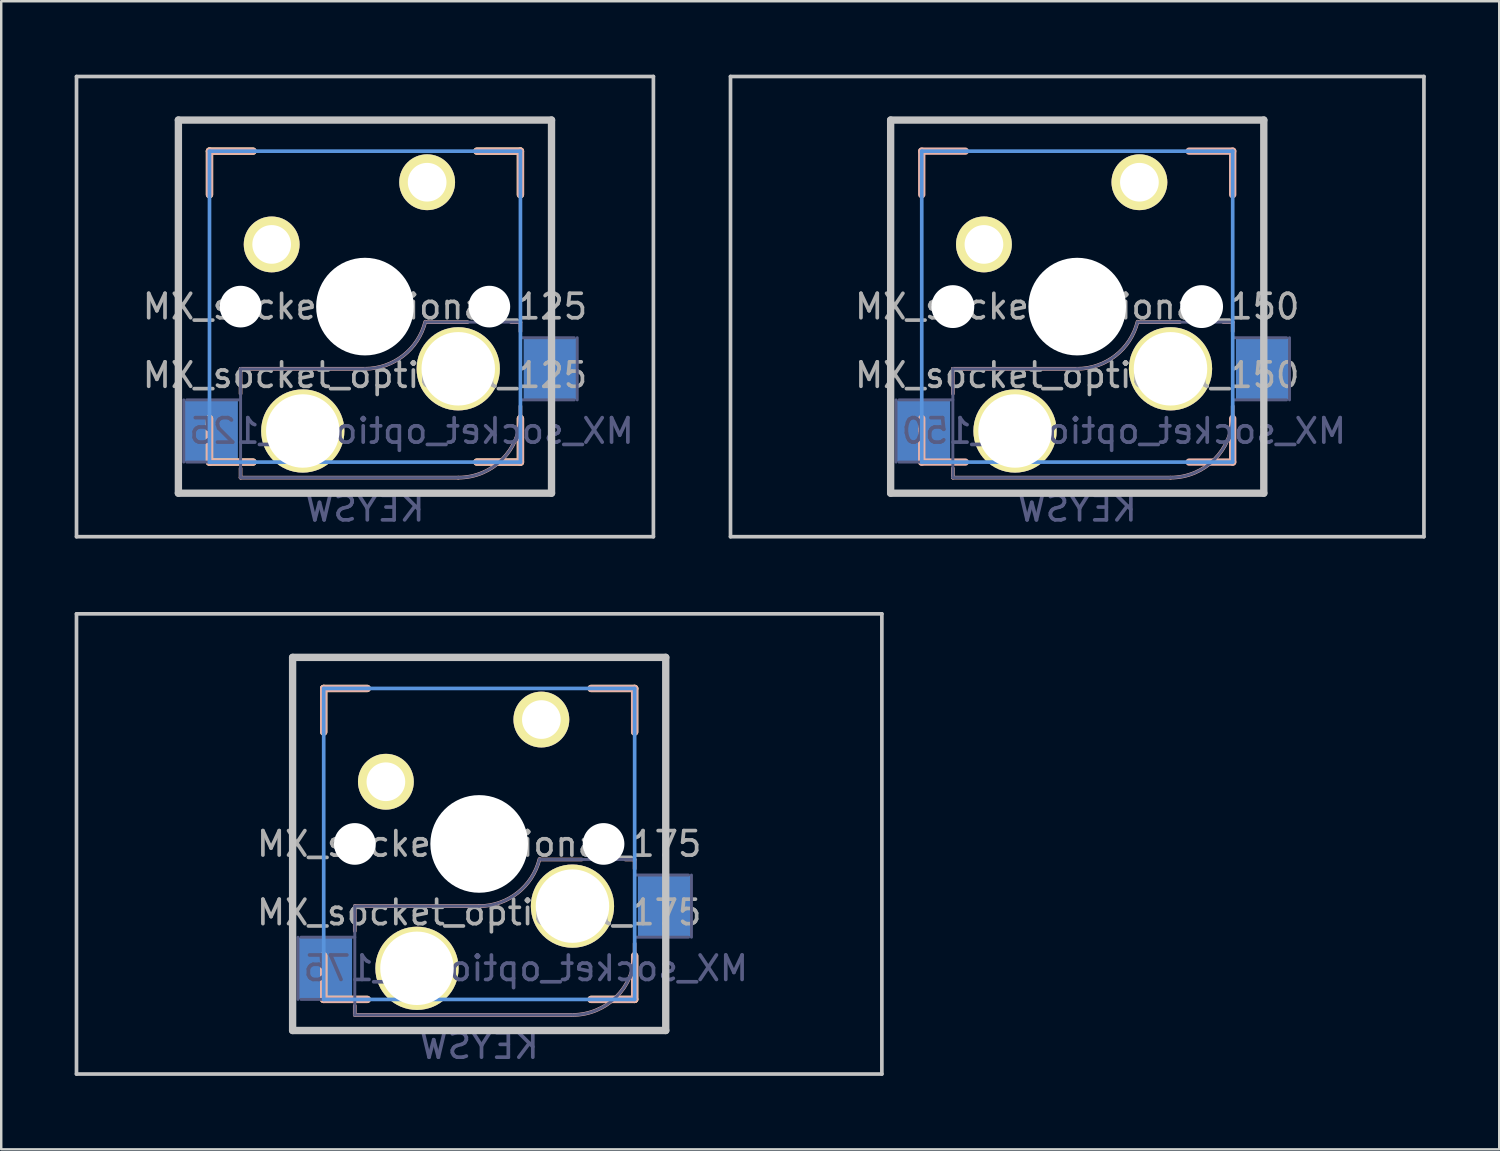
<source format=kicad_pcb>
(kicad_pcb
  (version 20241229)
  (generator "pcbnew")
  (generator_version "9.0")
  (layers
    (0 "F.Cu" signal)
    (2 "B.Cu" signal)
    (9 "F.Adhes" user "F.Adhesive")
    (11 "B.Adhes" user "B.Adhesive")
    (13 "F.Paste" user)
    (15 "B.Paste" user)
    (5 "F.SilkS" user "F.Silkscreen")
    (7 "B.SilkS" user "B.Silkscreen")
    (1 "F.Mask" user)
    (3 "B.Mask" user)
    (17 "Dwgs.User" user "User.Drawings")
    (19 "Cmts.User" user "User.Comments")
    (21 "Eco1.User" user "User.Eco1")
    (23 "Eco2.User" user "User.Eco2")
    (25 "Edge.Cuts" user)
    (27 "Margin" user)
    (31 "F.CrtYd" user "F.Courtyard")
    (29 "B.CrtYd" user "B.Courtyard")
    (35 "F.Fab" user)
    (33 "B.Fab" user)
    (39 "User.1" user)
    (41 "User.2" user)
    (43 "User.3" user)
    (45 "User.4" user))
  (footprint "MX_socket_optional_125"
    (layer "F.Cu")
    (at 11.856 9.473)
    (property "Reference" "MX_socket_optional_125" (at 0 2.8 0) (layer "F.Fab") (effects (font (size 1 1) (thickness 0.15))))
    (property "Value" "KEYSW" (at 0.6 -2.85 0) (layer "B.SilkS") (hide yes) (effects (font (size 1.2 1.2) (thickness 0.2)) (justify mirror)))
    (attr through_hole)
    (fp_line (start -6.35 -6.35) (end -4.572 -6.35) (stroke (width 0.3) (type solid)) (layer "F.SilkS"))
    (fp_line (start -6.35 -4.572) (end -6.35 -6.35) (stroke (width 0.3) (type solid)) (layer "F.SilkS"))
    (fp_line (start -6.35 6.35) (end -6.35 4.572) (stroke (width 0.3) (type solid)) (layer "F.SilkS"))
    (fp_line (start -4.572 6.35) (end -6.35 6.35) (stroke (width 0.3) (type solid)) (layer "F.SilkS"))
    (fp_line (start 4.572 -6.35) (end 6.35 -6.35) (stroke (width 0.3) (type solid)) (layer "F.SilkS"))
    (fp_line (start 6.35 -6.35) (end 6.35 -4.572) (stroke (width 0.3) (type solid)) (layer "F.SilkS"))
    (fp_line (start 6.35 4.572) (end 6.35 6.35) (stroke (width 0.3) (type solid)) (layer "F.SilkS"))
    (fp_line (start 6.35 6.35) (end 4.572 6.35) (stroke (width 0.3) (type solid)) (layer "F.SilkS"))
    (fp_line (start -6.35 -6.35) (end -4.572 -6.35) (stroke (width 0.3) (type solid)) (layer "B.SilkS"))
    (fp_line (start -6.35 -4.572) (end -6.35 -6.35) (stroke (width 0.3) (type solid)) (layer "B.SilkS"))
    (fp_line (start -6.35 6.35) (end -6.35 4.572) (stroke (width 0.3) (type solid)) (layer "B.SilkS"))
    (fp_line (start -5.08 2.54) (end -5.08 3.556) (stroke (width 0.15) (type solid)) (layer "B.SilkS"))
    (fp_line (start -5.08 6.604) (end -5.08 6.985) (stroke (width 0.15) (type solid)) (layer "B.SilkS"))
    (fp_line (start -5.08 6.985) (end 3.81 6.985) (stroke (width 0.15) (type solid)) (layer "B.SilkS"))
    (fp_line (start -4.572 6.35) (end -6.35 6.35) (stroke (width 0.3) (type solid)) (layer "B.SilkS"))
    (fp_line (start 0 2.54) (end -5.08 2.54) (stroke (width 0.15) (type solid)) (layer "B.SilkS"))
    (fp_line (start 4.191 0.635) (end 2.54 0.635) (stroke (width 0.15) (type solid)) (layer "B.SilkS"))
    (fp_line (start 4.572 -6.35) (end 6.35 -6.35) (stroke (width 0.3) (type solid)) (layer "B.SilkS"))
    (fp_line (start 6.35 -6.35) (end 6.35 -4.572) (stroke (width 0.3) (type solid)) (layer "B.SilkS"))
    (fp_line (start 6.35 0.635) (end 5.969 0.635) (stroke (width 0.15) (type solid)) (layer "B.SilkS"))
    (fp_line (start 6.35 1.016) (end 6.35 0.635) (stroke (width 0.15) (type solid)) (layer "B.SilkS"))
    (fp_line (start 6.35 4.445) (end 6.35 4.064) (stroke (width 0.15) (type solid)) (layer "B.SilkS"))
    (fp_line (start 6.35 4.572) (end 6.35 6.35) (stroke (width 0.3) (type solid)) (layer "B.SilkS"))
    (fp_line (start 6.35 6.35) (end 4.572 6.35) (stroke (width 0.3) (type solid)) (layer "B.SilkS"))
    (fp_arc (start 2.464162 0.61604) (mid 1.563147 2.002042) (end 0 2.54) (stroke (width 0.15) (type solid)) (layer "B.SilkS"))
    (fp_arc (start 6.35 4.445) (mid 5.606051 6.241051) (end 3.81 6.985) (stroke (width 0.15) (type solid)) (layer "B.SilkS"))
    (fp_line (start -11.781 -9.398) (end -11.781 9.398) (stroke (width 0.15) (type solid)) (layer "Dwgs.User"))
    (fp_line (start -11.781 -9.398) (end 11.781 -9.398) (stroke (width 0.15) (type solid)) (layer "Dwgs.User"))
    (fp_line (start -11.781 9.398) (end 11.781 9.398) (stroke (width 0.15) (type solid)) (layer "Dwgs.User"))
    (fp_line (start -7.62 -7.62) (end -7.62 7.62) (stroke (width 0.3) (type solid)) (layer "Dwgs.User"))
    (fp_line (start -7.62 -7.62) (end 7.62 -7.62) (stroke (width 0.3) (type solid)) (layer "Dwgs.User"))
    (fp_line (start -7.62 7.62) (end 7.62 7.62) (stroke (width 0.3) (type solid)) (layer "Dwgs.User"))
    (fp_line (start 7.62 -7.62) (end 7.62 7.62) (stroke (width 0.3) (type solid)) (layer "Dwgs.User"))
    (fp_line (start 11.781 -9.398) (end 11.781 9.398) (stroke (width 0.15) (type solid)) (layer "Dwgs.User"))
    (fp_line (start -6.35 6.35) (end -6.35 -6.35) (stroke (width 0.15) (type solid)) (layer "Cmts.User"))
    (fp_line (start -6.35 6.35) (end 6.35 6.35) (stroke (width 0.15) (type solid)) (layer "Cmts.User"))
    (fp_line (start 6.35 -6.35) (end -6.35 -6.35) (stroke (width 0.15) (type solid)) (layer "Cmts.User"))
    (fp_line (start 6.35 -6.35) (end 6.35 6.35) (stroke (width 0.15) (type solid)) (layer "Cmts.User"))
    (fp_line (start -6.985 -6.985) (end 6.985 -6.985) (stroke (width 0.15) (type solid)) (layer "Eco2.User"))
    (fp_line (start -6.985 6.985) (end -6.985 -6.985) (stroke (width 0.15) (type solid)) (layer "Eco2.User"))
    (fp_line (start 6.985 -6.985) (end 6.985 6.985) (stroke (width 0.15) (type solid)) (layer "Eco2.User"))
    (fp_line (start 6.985 6.985) (end -6.985 6.985) (stroke (width 0.15) (type solid)) (layer "Eco2.User"))
    (fp_line (start -7.4 3.81) (end -7.4 6.35) (stroke (width 0.12) (type solid)) (layer "B.Fab"))
    (fp_line (start -7.28 6.35) (end -5.08 6.35) (stroke (width 0.12) (type solid)) (layer "B.Fab"))
    (fp_line (start -5.08 2.54) (end -5.08 6.985) (stroke (width 0.12) (type solid)) (layer "B.Fab"))
    (fp_line (start -5.08 3.81) (end -7.28 3.81) (stroke (width 0.12) (type solid)) (layer "B.Fab"))
    (fp_line (start -5.08 6.985) (end 3.81 6.985) (stroke (width 0.12) (type solid)) (layer "B.Fab"))
    (fp_line (start 0 2.54) (end -5.08 2.54) (stroke (width 0.12) (type solid)) (layer "B.Fab"))
    (fp_line (start 6.35 0.635) (end 2.54 0.635) (stroke (width 0.12) (type solid)) (layer "B.Fab"))
    (fp_line (start 6.35 3.81) (end 8.55 3.81) (stroke (width 0.12) (type solid)) (layer "B.Fab"))
    (fp_line (start 6.35 4.445) (end 6.35 0.635) (stroke (width 0.12) (type solid)) (layer "B.Fab"))
    (fp_line (start 8.55 1.27) (end 6.35 1.27) (stroke (width 0.12) (type solid)) (layer "B.Fab"))
    (fp_line (start 8.67 3.81) (end 8.67 1.27) (stroke (width 0.12) (type solid)) (layer "B.Fab"))
    (fp_arc (start 2.464162 0.61604) (mid 1.563147 2.002042) (end 0 2.54) (stroke (width 0.12) (type solid)) (layer "B.Fab"))
    (fp_arc (start 6.35 4.445) (mid 5.606051 6.241051) (end 3.81 6.985) (stroke (width 0.12) (type solid)) (layer "B.Fab"))
    (fp_text user "${REFERENCE}" (at 1.905 5.08 0) (layer "B.Fab") (effects (font (size 1 1) (thickness 0.15)) (justify mirror)))
    (fp_text user "${VALUE}" (at 0 8.255 0) (layer "B.Fab") (effects (font (size 1 1) (thickness 0.15)) (justify mirror)))
    (fp_text user "${REFERENCE}" (at 0 0 0) (layer "F.Fab") (effects (font (size 1 1) (thickness 0.15))))
    (pad "" np_thru_hole circle (at -5.08 0) (size 1.702 1.702) (drill 1.702) (layers "*.Cu" "*.Mask"))
    (pad "" thru_hole circle (at -2.54 5.08) (size 3.4 3.4) (drill 3) (layers "*.Cu" "*.Mask" "F.SilkS"))
    (pad "" np_thru_hole circle (at 0 0) (size 3.988 3.988) (drill 3.988) (layers "*.Cu" "*.Mask"))
    (pad "" thru_hole circle (at 3.81 2.54) (size 3.4 3.4) (drill 3) (layers "*.Cu" "*.Mask" "F.SilkS"))
    (pad "" np_thru_hole circle (at 5.08 0) (size 1.702 1.702) (drill 1.702) (layers "*.Cu" "*.Mask"))
    (pad "1" smd rect (at -6.29 5.08) (size 2.2 2.5) (layers "B.Cu" "B.Mask" "B.Paste"))
    (pad "1" thru_hole circle (at 2.54 -5.08) (size 2.28 2.28) (drill 1.58) (layers "*.Cu" "*.Mask" "F.SilkS"))
    (pad "2" thru_hole circle (at -3.81 -2.54) (size 2.28 2.28) (drill 1.58) (layers "*.Cu" "*.Mask" "F.SilkS"))
    (pad "2" smd rect (at 7.58 2.54) (size 2.2 2.5) (layers "B.Cu" "B.Mask" "B.Paste")))
  (footprint "MX_socket_optional_175"
    (layer "F.Cu")
    (at 16.521 31.419)
    (property "Reference" "MX_socket_optional_175" (at 0 2.8 0) (layer "F.Fab") (effects (font (size 1 1) (thickness 0.15))))
    (property "Value" "KEYSW" (at 0.6 -2.85 0) (layer "B.SilkS") (hide yes) (effects (font (size 1.2 1.2) (thickness 0.2)) (justify mirror)))
    (attr through_hole)
    (fp_line (start -6.35 -6.35) (end -4.572 -6.35) (stroke (width 0.3) (type solid)) (layer "F.SilkS"))
    (fp_line (start -6.35 -4.572) (end -6.35 -6.35) (stroke (width 0.3) (type solid)) (layer "F.SilkS"))
    (fp_line (start -6.35 6.35) (end -6.35 4.572) (stroke (width 0.3) (type solid)) (layer "F.SilkS"))
    (fp_line (start -4.572 6.35) (end -6.35 6.35) (stroke (width 0.3) (type solid)) (layer "F.SilkS"))
    (fp_line (start 4.572 -6.35) (end 6.35 -6.35) (stroke (width 0.3) (type solid)) (layer "F.SilkS"))
    (fp_line (start 6.35 -6.35) (end 6.35 -4.572) (stroke (width 0.3) (type solid)) (layer "F.SilkS"))
    (fp_line (start 6.35 4.572) (end 6.35 6.35) (stroke (width 0.3) (type solid)) (layer "F.SilkS"))
    (fp_line (start 6.35 6.35) (end 4.572 6.35) (stroke (width 0.3) (type solid)) (layer "F.SilkS"))
    (fp_line (start -6.35 -6.35) (end -4.572 -6.35) (stroke (width 0.3) (type solid)) (layer "B.SilkS"))
    (fp_line (start -6.35 -4.572) (end -6.35 -6.35) (stroke (width 0.3) (type solid)) (layer "B.SilkS"))
    (fp_line (start -6.35 6.35) (end -6.35 4.572) (stroke (width 0.3) (type solid)) (layer "B.SilkS"))
    (fp_line (start -5.08 2.54) (end -5.08 3.556) (stroke (width 0.15) (type solid)) (layer "B.SilkS"))
    (fp_line (start -5.08 6.604) (end -5.08 6.985) (stroke (width 0.15) (type solid)) (layer "B.SilkS"))
    (fp_line (start -5.08 6.985) (end 3.81 6.985) (stroke (width 0.15) (type solid)) (layer "B.SilkS"))
    (fp_line (start -4.572 6.35) (end -6.35 6.35) (stroke (width 0.3) (type solid)) (layer "B.SilkS"))
    (fp_line (start 0 2.54) (end -5.08 2.54) (stroke (width 0.15) (type solid)) (layer "B.SilkS"))
    (fp_line (start 4.191 0.635) (end 2.54 0.635) (stroke (width 0.15) (type solid)) (layer "B.SilkS"))
    (fp_line (start 4.572 -6.35) (end 6.35 -6.35) (stroke (width 0.3) (type solid)) (layer "B.SilkS"))
    (fp_line (start 6.35 -6.35) (end 6.35 -4.572) (stroke (width 0.3) (type solid)) (layer "B.SilkS"))
    (fp_line (start 6.35 0.635) (end 5.969 0.635) (stroke (width 0.15) (type solid)) (layer "B.SilkS"))
    (fp_line (start 6.35 1.016) (end 6.35 0.635) (stroke (width 0.15) (type solid)) (layer "B.SilkS"))
    (fp_line (start 6.35 4.445) (end 6.35 4.064) (stroke (width 0.15) (type solid)) (layer "B.SilkS"))
    (fp_line (start 6.35 4.572) (end 6.35 6.35) (stroke (width 0.3) (type solid)) (layer "B.SilkS"))
    (fp_line (start 6.35 6.35) (end 4.572 6.35) (stroke (width 0.3) (type solid)) (layer "B.SilkS"))
    (fp_arc (start 2.464162 0.61604) (mid 1.563147 2.002042) (end 0 2.54) (stroke (width 0.15) (type solid)) (layer "B.SilkS"))
    (fp_arc (start 6.35 4.445) (mid 5.606051 6.241051) (end 3.81 6.985) (stroke (width 0.15) (type solid)) (layer "B.SilkS"))
    (fp_line (start -16.447 -9.398) (end -16.447 9.398) (stroke (width 0.15) (type solid)) (layer "Dwgs.User"))
    (fp_line (start -16.447 -9.398) (end 16.447 -9.398) (stroke (width 0.15) (type solid)) (layer "Dwgs.User"))
    (fp_line (start -16.447 9.398) (end 16.447 9.398) (stroke (width 0.15) (type solid)) (layer "Dwgs.User"))
    (fp_line (start -7.62 -7.62) (end -7.62 7.62) (stroke (width 0.3) (type solid)) (layer "Dwgs.User"))
    (fp_line (start -7.62 -7.62) (end 7.62 -7.62) (stroke (width 0.3) (type solid)) (layer "Dwgs.User"))
    (fp_line (start -7.62 7.62) (end 7.62 7.62) (stroke (width 0.3) (type solid)) (layer "Dwgs.User"))
    (fp_line (start 7.62 -7.62) (end 7.62 7.62) (stroke (width 0.3) (type solid)) (layer "Dwgs.User"))
    (fp_line (start 16.447 -9.398) (end 16.447 9.398) (stroke (width 0.15) (type solid)) (layer "Dwgs.User"))
    (fp_line (start -6.35 6.35) (end -6.35 -6.35) (stroke (width 0.15) (type solid)) (layer "Cmts.User"))
    (fp_line (start -6.35 6.35) (end 6.35 6.35) (stroke (width 0.15) (type solid)) (layer "Cmts.User"))
    (fp_line (start 6.35 -6.35) (end -6.35 -6.35) (stroke (width 0.15) (type solid)) (layer "Cmts.User"))
    (fp_line (start 6.35 -6.35) (end 6.35 6.35) (stroke (width 0.15) (type solid)) (layer "Cmts.User"))
    (fp_line (start -6.985 -6.985) (end 6.985 -6.985) (stroke (width 0.15) (type solid)) (layer "Eco2.User"))
    (fp_line (start -6.985 6.985) (end -6.985 -6.985) (stroke (width 0.15) (type solid)) (layer "Eco2.User"))
    (fp_line (start 6.985 -6.985) (end 6.985 6.985) (stroke (width 0.15) (type solid)) (layer "Eco2.User"))
    (fp_line (start 6.985 6.985) (end -6.985 6.985) (stroke (width 0.15) (type solid)) (layer "Eco2.User"))
    (fp_line (start -7.4 3.81) (end -7.4 6.35) (stroke (width 0.12) (type solid)) (layer "B.Fab"))
    (fp_line (start -7.28 6.35) (end -5.08 6.35) (stroke (width 0.12) (type solid)) (layer "B.Fab"))
    (fp_line (start -5.08 2.54) (end -5.08 6.985) (stroke (width 0.12) (type solid)) (layer "B.Fab"))
    (fp_line (start -5.08 3.81) (end -7.28 3.81) (stroke (width 0.12) (type solid)) (layer "B.Fab"))
    (fp_line (start -5.08 6.985) (end 3.81 6.985) (stroke (width 0.12) (type solid)) (layer "B.Fab"))
    (fp_line (start 0 2.54) (end -5.08 2.54) (stroke (width 0.12) (type solid)) (layer "B.Fab"))
    (fp_line (start 6.35 0.635) (end 2.54 0.635) (stroke (width 0.12) (type solid)) (layer "B.Fab"))
    (fp_line (start 6.35 3.81) (end 8.55 3.81) (stroke (width 0.12) (type solid)) (layer "B.Fab"))
    (fp_line (start 6.35 4.445) (end 6.35 0.635) (stroke (width 0.12) (type solid)) (layer "B.Fab"))
    (fp_line (start 8.55 1.27) (end 6.35 1.27) (stroke (width 0.12) (type solid)) (layer "B.Fab"))
    (fp_line (start 8.67 3.81) (end 8.67 1.27) (stroke (width 0.12) (type solid)) (layer "B.Fab"))
    (fp_arc (start 2.464162 0.61604) (mid 1.563147 2.002042) (end 0 2.54) (stroke (width 0.12) (type solid)) (layer "B.Fab"))
    (fp_arc (start 6.35 4.445) (mid 5.606051 6.241051) (end 3.81 6.985) (stroke (width 0.12) (type solid)) (layer "B.Fab"))
    (fp_text user "${VALUE}" (at 0 8.255 0) (layer "B.Fab") (effects (font (size 1 1) (thickness 0.15)) (justify mirror)))
    (fp_text user "${REFERENCE}" (at 1.905 5.08 0) (layer "B.Fab") (effects (font (size 1 1) (thickness 0.15)) (justify mirror)))
    (fp_text user "${REFERENCE}" (at 0 0 0) (layer "F.Fab") (effects (font (size 1 1) (thickness 0.15))))
    (pad "" np_thru_hole circle (at -5.08 0) (size 1.702 1.702) (drill 1.702) (layers "*.Cu" "*.Mask"))
    (pad "" thru_hole circle (at -2.54 5.08) (size 3.4 3.4) (drill 3) (layers "*.Cu" "*.Mask" "F.SilkS"))
    (pad "" np_thru_hole circle (at 0 0) (size 3.988 3.988) (drill 3.988) (layers "*.Cu" "*.Mask"))
    (pad "" thru_hole circle (at 3.81 2.54) (size 3.4 3.4) (drill 3) (layers "*.Cu" "*.Mask" "F.SilkS"))
    (pad "" np_thru_hole circle (at 5.08 0) (size 1.702 1.702) (drill 1.702) (layers "*.Cu" "*.Mask"))
    (pad "1" smd rect (at -6.29 5.08) (size 2.2 2.5) (layers "B.Cu" "B.Mask" "B.Paste"))
    (pad "1" thru_hole circle (at 2.54 -5.08) (size 2.28 2.28) (drill 1.58) (layers "*.Cu" "*.Mask" "F.SilkS"))
    (pad "2" thru_hole circle (at -3.81 -2.54) (size 2.28 2.28) (drill 1.58) (layers "*.Cu" "*.Mask" "F.SilkS"))
    (pad "2" smd rect (at 7.58 2.54) (size 2.2 2.5) (layers "B.Cu" "B.Mask" "B.Paste")))
  (footprint "MX_socket_optional_150"
    (layer "F.Cu")
    (at 40.947 9.473)
    (property "Reference" "MX_socket_optional_150" (at 0 2.8 0) (layer "F.Fab") (effects (font (size 1 1) (thickness 0.15))))
    (property "Value" "KEYSW" (at 0.6 -2.85 0) (layer "B.SilkS") (hide yes) (effects (font (size 1.2 1.2) (thickness 0.2)) (justify mirror)))
    (attr through_hole)
    (fp_line (start -6.35 -6.35) (end -4.572 -6.35) (stroke (width 0.3) (type solid)) (layer "B.SilkS"))
    (fp_line (start -6.35 -4.572) (end -6.35 -6.35) (stroke (width 0.3) (type solid)) (layer "B.SilkS"))
    (fp_line (start -6.35 6.35) (end -6.35 4.572) (stroke (width 0.3) (type solid)) (layer "B.SilkS"))
    (fp_line (start -5.08 2.54) (end -5.08 3.556) (stroke (width 0.15) (type solid)) (layer "B.SilkS"))
    (fp_line (start -5.08 6.604) (end -5.08 6.985) (stroke (width 0.15) (type solid)) (layer "B.SilkS"))
    (fp_line (start -5.08 6.985) (end 3.81 6.985) (stroke (width 0.15) (type solid)) (layer "B.SilkS"))
    (fp_line (start -4.572 6.35) (end -6.35 6.35) (stroke (width 0.3) (type solid)) (layer "B.SilkS"))
    (fp_line (start 0 2.54) (end -5.08 2.54) (stroke (width 0.15) (type solid)) (layer "B.SilkS"))
    (fp_line (start 4.191 0.635) (end 2.54 0.635) (stroke (width 0.15) (type solid)) (layer "B.SilkS"))
    (fp_line (start 4.572 -6.35) (end 6.35 -6.35) (stroke (width 0.3) (type solid)) (layer "B.SilkS"))
    (fp_line (start 6.35 -6.35) (end 6.35 -4.572) (stroke (width 0.3) (type solid)) (layer "B.SilkS"))
    (fp_line (start 6.35 0.635) (end 5.969 0.635) (stroke (width 0.15) (type solid)) (layer "B.SilkS"))
    (fp_line (start 6.35 1.016) (end 6.35 0.635) (stroke (width 0.15) (type solid)) (layer "B.SilkS"))
    (fp_line (start 6.35 4.445) (end 6.35 4.064) (stroke (width 0.15) (type solid)) (layer "B.SilkS"))
    (fp_line (start 6.35 4.572) (end 6.35 6.35) (stroke (width 0.3) (type solid)) (layer "B.SilkS"))
    (fp_line (start 6.35 6.35) (end 4.572 6.35) (stroke (width 0.3) (type solid)) (layer "B.SilkS"))
    (fp_arc (start 2.464162 0.61604) (mid 1.563147 2.002042) (end 0 2.54) (stroke (width 0.15) (type solid)) (layer "B.SilkS"))
    (fp_arc (start 6.35 4.445) (mid 5.606051 6.241051) (end 3.81 6.985) (stroke (width 0.15) (type solid)) (layer "B.SilkS"))
    (fp_line (start -14.161 -9.398) (end -14.161 9.398) (stroke (width 0.15) (type solid)) (layer "Dwgs.User"))
    (fp_line (start -14.161 -9.398) (end 14.161 -9.398) (stroke (width 0.15) (type solid)) (layer "Dwgs.User"))
    (fp_line (start -14.161 9.398) (end 14.161 9.398) (stroke (width 0.15) (type solid)) (layer "Dwgs.User"))
    (fp_line (start -7.62 -7.62) (end -7.62 7.62) (stroke (width 0.3) (type solid)) (layer "Dwgs.User"))
    (fp_line (start -7.62 -7.62) (end 7.62 -7.62) (stroke (width 0.3) (type solid)) (layer "Dwgs.User"))
    (fp_line (start -7.62 7.62) (end 7.62 7.62) (stroke (width 0.3) (type solid)) (layer "Dwgs.User"))
    (fp_line (start 7.62 -7.62) (end 7.62 7.62) (stroke (width 0.3) (type solid)) (layer "Dwgs.User"))
    (fp_line (start 14.161 -9.398) (end 14.161 9.398) (stroke (width 0.15) (type solid)) (layer "Dwgs.User"))
    (fp_line (start -6.35 6.35) (end -6.35 -6.35) (stroke (width 0.15) (type solid)) (layer "Cmts.User"))
    (fp_line (start -6.35 6.35) (end 6.35 6.35) (stroke (width 0.15) (type solid)) (layer "Cmts.User"))
    (fp_line (start 6.35 -6.35) (end -6.35 -6.35) (stroke (width 0.15) (type solid)) (layer "Cmts.User"))
    (fp_line (start 6.35 -6.35) (end 6.35 6.35) (stroke (width 0.15) (type solid)) (layer "Cmts.User"))
    (fp_line (start -6.985 -6.985) (end 6.985 -6.985) (stroke (width 0.15) (type solid)) (layer "Eco2.User"))
    (fp_line (start -6.985 6.985) (end -6.985 -6.985) (stroke (width 0.15) (type solid)) (layer "Eco2.User"))
    (fp_line (start 6.985 -6.985) (end 6.985 6.985) (stroke (width 0.15) (type solid)) (layer "Eco2.User"))
    (fp_line (start 6.985 6.985) (end -6.985 6.985) (stroke (width 0.15) (type solid)) (layer "Eco2.User"))
    (fp_line (start -7.4 3.81) (end -7.4 6.35) (stroke (width 0.12) (type solid)) (layer "B.Fab"))
    (fp_line (start -7.28 6.35) (end -5.08 6.35) (stroke (width 0.12) (type solid)) (layer "B.Fab"))
    (fp_line (start -5.08 2.54) (end -5.08 6.985) (stroke (width 0.12) (type solid)) (layer "B.Fab"))
    (fp_line (start -5.08 3.81) (end -7.28 3.81) (stroke (width 0.12) (type solid)) (layer "B.Fab"))
    (fp_line (start -5.08 6.985) (end 3.81 6.985) (stroke (width 0.12) (type solid)) (layer "B.Fab"))
    (fp_line (start 0 2.54) (end -5.08 2.54) (stroke (width 0.12) (type solid)) (layer "B.Fab"))
    (fp_line (start 6.35 0.635) (end 2.54 0.635) (stroke (width 0.12) (type solid)) (layer "B.Fab"))
    (fp_line (start 6.35 3.81) (end 8.55 3.81) (stroke (width 0.12) (type solid)) (layer "B.Fab"))
    (fp_line (start 6.35 4.445) (end 6.35 0.635) (stroke (width 0.12) (type solid)) (layer "B.Fab"))
    (fp_line (start 8.55 1.27) (end 6.35 1.27) (stroke (width 0.12) (type solid)) (layer "B.Fab"))
    (fp_line (start 8.67 3.81) (end 8.67 1.27) (stroke (width 0.12) (type solid)) (layer "B.Fab"))
    (fp_arc (start 2.464162 0.61604) (mid 1.563147 2.002042) (end 0 2.54) (stroke (width 0.12) (type solid)) (layer "B.Fab"))
    (fp_arc (start 6.35 4.445) (mid 5.606051 6.241051) (end 3.81 6.985) (stroke (width 0.12) (type solid)) (layer "B.Fab"))
    (fp_text user "${VALUE}" (at 0 8.255 0) (layer "B.Fab") (effects (font (size 1 1) (thickness 0.15)) (justify mirror)))
    (fp_text user "${REFERENCE}" (at 1.905 5.08 0) (layer "B.Fab") (effects (font (size 1 1) (thickness 0.15)) (justify mirror)))
    (fp_text user "${REFERENCE}" (at 0 0 0) (layer "F.Fab") (effects (font (size 1 1) (thickness 0.15))))
    (pad "" np_thru_hole circle (at -5.08 0) (size 1.75 1.75) (drill 1.75) (layers "*.Cu" "*.Mask"))
    (pad "" thru_hole circle (at -2.54 5.08) (size 3.4 3.4) (drill 3) (layers "*.Cu" "*.Mask" "F.SilkS"))
    (pad "" np_thru_hole circle (at 0 0) (size 3.988 3.988) (drill 3.988) (layers "*.Cu" "*.Mask"))
    (pad "" thru_hole circle (at 3.81 2.54) (size 3.4 3.4) (drill 3) (layers "*.Cu" "*.Mask" "F.SilkS"))
    (pad "" np_thru_hole circle (at 5.08 0) (size 1.75 1.75) (drill 1.75) (layers "*.Cu" "*.Mask"))
    (pad "1" smd rect (at -6.29 5.08) (size 2.2 2.5) (layers "B.Cu" "B.Mask" "B.Paste"))
    (pad "1" thru_hole circle (at 2.54 -5.08) (size 2.28 2.28) (drill 1.58) (layers "*.Cu" "*.Mask" "F.SilkS"))
    (pad "2" thru_hole circle (at -3.81 -2.54) (size 2.28 2.28) (drill 1.58) (layers "*.Cu" "*.Mask" "F.SilkS"))
    (pad "2" smd rect (at 7.58 2.54) (size 2.2 2.5) (layers "B.Cu" "B.Mask" "B.Paste")))
  (gr_rect
    (start -3 -3)
    (end 58.183 43.892)
    (stroke (width 0.1) (type default))
    (fill no)
    (layer "Edge.Cuts")))
</source>
